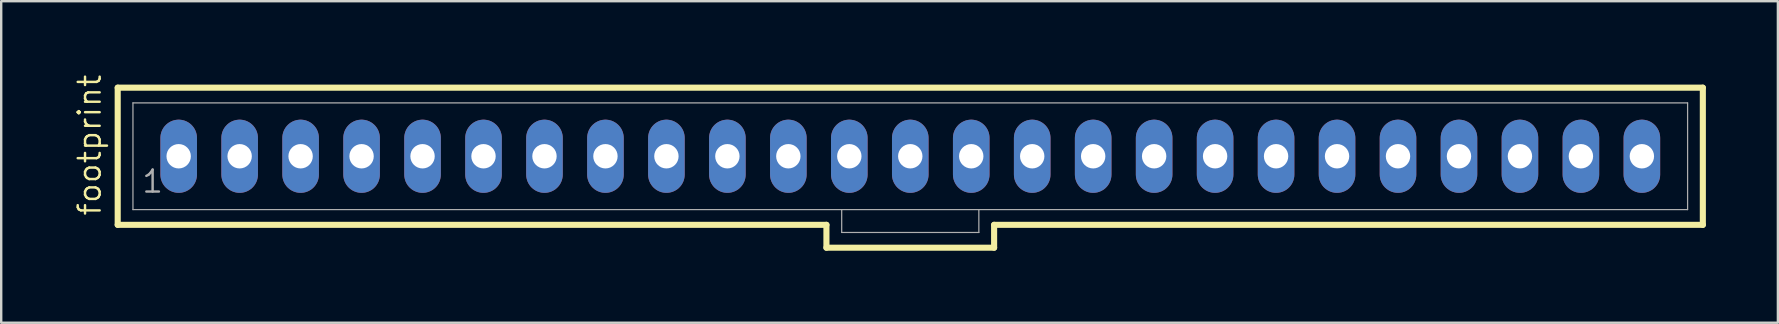
<source format=kicad_pcb>
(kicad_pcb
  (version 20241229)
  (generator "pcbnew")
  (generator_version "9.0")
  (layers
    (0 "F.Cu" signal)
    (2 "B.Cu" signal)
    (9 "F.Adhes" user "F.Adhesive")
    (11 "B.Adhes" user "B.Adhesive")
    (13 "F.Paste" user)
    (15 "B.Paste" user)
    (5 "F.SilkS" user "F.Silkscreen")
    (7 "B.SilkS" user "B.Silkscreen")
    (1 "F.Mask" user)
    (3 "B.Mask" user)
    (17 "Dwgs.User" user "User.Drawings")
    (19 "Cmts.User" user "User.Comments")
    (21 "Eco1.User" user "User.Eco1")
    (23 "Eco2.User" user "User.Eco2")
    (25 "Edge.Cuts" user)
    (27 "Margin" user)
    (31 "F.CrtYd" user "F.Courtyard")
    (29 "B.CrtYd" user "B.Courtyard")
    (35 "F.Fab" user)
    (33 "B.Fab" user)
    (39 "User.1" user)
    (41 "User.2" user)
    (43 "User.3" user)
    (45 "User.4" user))
  (footprint "footprint"
    (layer "F.Cu")
    (at 34.874 3.46)
    (property "Reference" "footprint" (at -33.655 2.54 90) (layer "F.SilkS") (effects (font (size 0.914 0.914) (thickness 0.102)) (justify left bottom)))
    (fp_line (start -33.02 -2.857) (end -33.02 2.857) (stroke (width 0.254) (type solid)) (layer "F.SilkS"))
    (fp_line (start -33.02 2.857) (end -3.493 2.857) (stroke (width 0.254) (type solid)) (layer "F.SilkS"))
    (fp_line (start -3.493 2.857) (end -3.493 3.81) (stroke (width 0.254) (type solid)) (layer "F.SilkS"))
    (fp_line (start -3.493 3.81) (end 3.493 3.81) (stroke (width 0.254) (type solid)) (layer "F.SilkS"))
    (fp_line (start 3.493 2.857) (end 33.02 2.857) (stroke (width 0.254) (type solid)) (layer "F.SilkS"))
    (fp_line (start 3.493 3.81) (end 3.493 2.857) (stroke (width 0.254) (type solid)) (layer "F.SilkS"))
    (fp_line (start 33.02 -2.857) (end -33.02 -2.857) (stroke (width 0.254) (type solid)) (layer "F.SilkS"))
    (fp_line (start 33.02 2.857) (end 33.02 -2.857) (stroke (width 0.254) (type solid)) (layer "F.SilkS"))
    (fp_line (start -32.385 -2.223) (end -32.385 2.223) (stroke (width 0.051) (type solid)) (layer "F.Fab"))
    (fp_line (start -32.385 -2.223) (end 32.385 -2.223) (stroke (width 0.051) (type solid)) (layer "F.Fab"))
    (fp_line (start -32.385 2.223) (end -2.857 2.223) (stroke (width 0.051) (type solid)) (layer "F.Fab"))
    (fp_line (start -2.857 2.223) (end -2.857 3.175) (stroke (width 0.051) (type solid)) (layer "F.Fab"))
    (fp_line (start -2.857 2.223) (end 2.857 2.223) (stroke (width 0.051) (type solid)) (layer "F.Fab"))
    (fp_line (start 2.857 2.223) (end 2.857 3.175) (stroke (width 0.051) (type solid)) (layer "F.Fab"))
    (fp_line (start 2.857 2.223) (end 32.385 2.223) (stroke (width 0.051) (type solid)) (layer "F.Fab"))
    (fp_line (start 2.857 3.175) (end -2.857 3.175) (stroke (width 0.051) (type solid)) (layer "F.Fab"))
    (fp_line (start 32.385 -2.223) (end 32.385 2.223) (stroke (width 0.051) (type solid)) (layer "F.Fab"))
    (fp_poly (pts (xy -30.718 0.238) (xy -30.242 0.238) (xy -30.242 -0.238) (xy -30.718 -0.238)) (stroke (width 0.1) (type solid)) (fill no) (layer "F.Fab"))
    (fp_poly (pts (xy -28.178 0.238) (xy -27.702 0.238) (xy -27.702 -0.238) (xy -28.178 -0.238)) (stroke (width 0.1) (type solid)) (fill no) (layer "F.Fab"))
    (fp_poly (pts (xy -25.638 0.238) (xy -25.162 0.238) (xy -25.162 -0.238) (xy -25.638 -0.238)) (stroke (width 0.1) (type solid)) (fill no) (layer "F.Fab"))
    (fp_poly (pts (xy -23.098 0.238) (xy -22.622 0.238) (xy -22.622 -0.238) (xy -23.098 -0.238)) (stroke (width 0.1) (type solid)) (fill no) (layer "F.Fab"))
    (fp_poly (pts (xy -20.558 0.238) (xy -20.082 0.238) (xy -20.082 -0.238) (xy -20.558 -0.238)) (stroke (width 0.1) (type solid)) (fill no) (layer "F.Fab"))
    (fp_poly (pts (xy -18.018 0.238) (xy -17.542 0.238) (xy -17.542 -0.238) (xy -18.018 -0.238)) (stroke (width 0.1) (type solid)) (fill no) (layer "F.Fab"))
    (fp_poly (pts (xy -15.478 0.238) (xy -15.002 0.238) (xy -15.002 -0.238) (xy -15.478 -0.238)) (stroke (width 0.1) (type solid)) (fill no) (layer "F.Fab"))
    (fp_poly (pts (xy -12.938 0.238) (xy -12.462 0.238) (xy -12.462 -0.238) (xy -12.938 -0.238)) (stroke (width 0.1) (type solid)) (fill no) (layer "F.Fab"))
    (fp_poly (pts (xy -10.398 0.238) (xy -9.922 0.238) (xy -9.922 -0.238) (xy -10.398 -0.238)) (stroke (width 0.1) (type solid)) (fill no) (layer "F.Fab"))
    (fp_poly (pts (xy -7.858 0.238) (xy -7.382 0.238) (xy -7.382 -0.238) (xy -7.858 -0.238)) (stroke (width 0.1) (type solid)) (fill no) (layer "F.Fab"))
    (fp_poly (pts (xy -5.318 0.238) (xy -4.842 0.238) (xy -4.842 -0.238) (xy -5.318 -0.238)) (stroke (width 0.1) (type solid)) (fill no) (layer "F.Fab"))
    (fp_poly (pts (xy -2.778 0.238) (xy -2.302 0.238) (xy -2.302 -0.238) (xy -2.778 -0.238)) (stroke (width 0.1) (type solid)) (fill no) (layer "F.Fab"))
    (fp_poly (pts (xy -0.238 0.238) (xy 0.238 0.238) (xy 0.238 -0.238) (xy -0.238 -0.238)) (stroke (width 0.1) (type solid)) (fill no) (layer "F.Fab"))
    (fp_poly (pts (xy 2.302 0.238) (xy 2.778 0.238) (xy 2.778 -0.238) (xy 2.302 -0.238)) (stroke (width 0.1) (type solid)) (fill no) (layer "F.Fab"))
    (fp_poly (pts (xy 4.842 0.238) (xy 5.318 0.238) (xy 5.318 -0.238) (xy 4.842 -0.238)) (stroke (width 0.1) (type solid)) (fill no) (layer "F.Fab"))
    (fp_poly (pts (xy 7.382 0.238) (xy 7.858 0.238) (xy 7.858 -0.238) (xy 7.382 -0.238)) (stroke (width 0.1) (type solid)) (fill no) (layer "F.Fab"))
    (fp_poly (pts (xy 9.922 0.238) (xy 10.398 0.238) (xy 10.398 -0.238) (xy 9.922 -0.238)) (stroke (width 0.1) (type solid)) (fill no) (layer "F.Fab"))
    (fp_poly (pts (xy 12.462 0.238) (xy 12.938 0.238) (xy 12.938 -0.238) (xy 12.462 -0.238)) (stroke (width 0.1) (type solid)) (fill no) (layer "F.Fab"))
    (fp_poly (pts (xy 15.002 0.238) (xy 15.478 0.238) (xy 15.478 -0.238) (xy 15.002 -0.238)) (stroke (width 0.1) (type solid)) (fill no) (layer "F.Fab"))
    (fp_poly (pts (xy 17.542 0.238) (xy 18.018 0.238) (xy 18.018 -0.238) (xy 17.542 -0.238)) (stroke (width 0.1) (type solid)) (fill no) (layer "F.Fab"))
    (fp_poly (pts (xy 20.082 0.238) (xy 20.558 0.238) (xy 20.558 -0.238) (xy 20.082 -0.238)) (stroke (width 0.1) (type solid)) (fill no) (layer "F.Fab"))
    (fp_poly (pts (xy 22.622 0.238) (xy 23.098 0.238) (xy 23.098 -0.238) (xy 22.622 -0.238)) (stroke (width 0.1) (type solid)) (fill no) (layer "F.Fab"))
    (fp_poly (pts (xy 25.162 0.238) (xy 25.638 0.238) (xy 25.638 -0.238) (xy 25.162 -0.238)) (stroke (width 0.1) (type solid)) (fill no) (layer "F.Fab"))
    (fp_poly (pts (xy 27.702 0.238) (xy 28.178 0.238) (xy 28.178 -0.238) (xy 27.702 -0.238)) (stroke (width 0.1) (type solid)) (fill no) (layer "F.Fab"))
    (fp_poly (pts (xy 30.242 0.238) (xy 30.718 0.238) (xy 30.718 -0.238) (xy 30.242 -0.238)) (stroke (width 0.1) (type solid)) (fill no) (layer "F.Fab"))
    (fp_text user "1" (at -32.068 1.587 0) (layer "F.Fab") (effects (font (size 0.914 0.914) (thickness 0.102)) (justify left bottom)))
    (pad "1" thru_hole oval (at -30.48 0 90) (size 3.048 1.524) (drill 1.016) (layers "*.Cu" "*.Mask"))
    (pad "2" thru_hole oval (at -27.94 0 90) (size 3.048 1.524) (drill 1.016) (layers "*.Cu" "*.Mask"))
    (pad "3" thru_hole oval (at -25.4 0 90) (size 3.048 1.524) (drill 1.016) (layers "*.Cu" "*.Mask"))
    (pad "4" thru_hole oval (at -22.86 0 90) (size 3.048 1.524) (drill 1.016) (layers "*.Cu" "*.Mask"))
    (pad "5" thru_hole oval (at -20.32 0 90) (size 3.048 1.524) (drill 1.016) (layers "*.Cu" "*.Mask"))
    (pad "6" thru_hole oval (at -17.78 0 90) (size 3.048 1.524) (drill 1.016) (layers "*.Cu" "*.Mask"))
    (pad "7" thru_hole oval (at -15.24 0 90) (size 3.048 1.524) (drill 1.016) (layers "*.Cu" "*.Mask"))
    (pad "8" thru_hole oval (at -12.7 0 90) (size 3.048 1.524) (drill 1.016) (layers "*.Cu" "*.Mask"))
    (pad "9" thru_hole oval (at -10.16 0 90) (size 3.048 1.524) (drill 1.016) (layers "*.Cu" "*.Mask"))
    (pad "10" thru_hole oval (at -7.62 0 90) (size 3.048 1.524) (drill 1.016) (layers "*.Cu" "*.Mask"))
    (pad "11" thru_hole oval (at -5.08 0 90) (size 3.048 1.524) (drill 1.016) (layers "*.Cu" "*.Mask"))
    (pad "12" thru_hole oval (at -2.54 0 90) (size 3.048 1.524) (drill 1.016) (layers "*.Cu" "*.Mask"))
    (pad "13" thru_hole oval (at 0 0 90) (size 3.048 1.524) (drill 1.016) (layers "*.Cu" "*.Mask"))
    (pad "14" thru_hole oval (at 2.54 0 90) (size 3.048 1.524) (drill 1.016) (layers "*.Cu" "*.Mask"))
    (pad "15" thru_hole oval (at 5.08 0 90) (size 3.048 1.524) (drill 1.016) (layers "*.Cu" "*.Mask"))
    (pad "16" thru_hole oval (at 7.62 0 90) (size 3.048 1.524) (drill 1.016) (layers "*.Cu" "*.Mask"))
    (pad "17" thru_hole oval (at 10.16 0 90) (size 3.048 1.524) (drill 1.016) (layers "*.Cu" "*.Mask"))
    (pad "18" thru_hole oval (at 12.7 0 90) (size 3.048 1.524) (drill 1.016) (layers "*.Cu" "*.Mask"))
    (pad "19" thru_hole oval (at 15.24 0 90) (size 3.048 1.524) (drill 1.016) (layers "*.Cu" "*.Mask"))
    (pad "20" thru_hole oval (at 17.78 0 90) (size 3.048 1.524) (drill 1.016) (layers "*.Cu" "*.Mask"))
    (pad "21" thru_hole oval (at 20.32 0 90) (size 3.048 1.524) (drill 1.016) (layers "*.Cu" "*.Mask"))
    (pad "22" thru_hole oval (at 22.86 0 90) (size 3.048 1.524) (drill 1.016) (layers "*.Cu" "*.Mask"))
    (pad "23" thru_hole oval (at 25.4 0 90) (size 3.048 1.524) (drill 1.016) (layers "*.Cu" "*.Mask"))
    (pad "24" thru_hole oval (at 27.94 0 90) (size 3.048 1.524) (drill 1.016) (layers "*.Cu" "*.Mask"))
    (pad "25" thru_hole oval (at 30.48 0 90) (size 3.048 1.524) (drill 1.016) (layers "*.Cu" "*.Mask")))
  (gr_rect
    (start -3 -3)
    (end 71.021 10.397)
    (stroke (width 0.1) (type default))
    (fill no)
    (layer "Edge.Cuts")))
</source>
